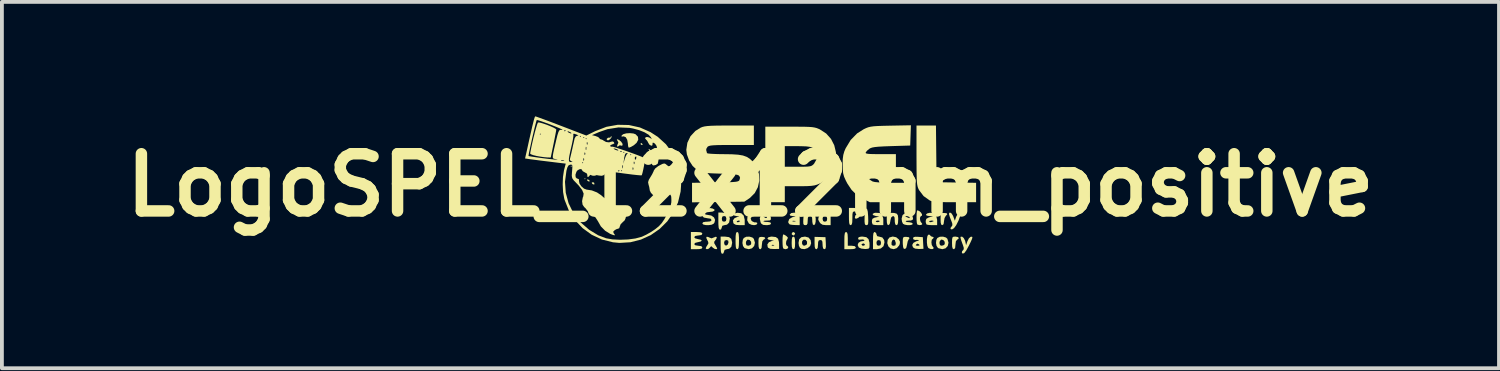
<source format=kicad_pcb>
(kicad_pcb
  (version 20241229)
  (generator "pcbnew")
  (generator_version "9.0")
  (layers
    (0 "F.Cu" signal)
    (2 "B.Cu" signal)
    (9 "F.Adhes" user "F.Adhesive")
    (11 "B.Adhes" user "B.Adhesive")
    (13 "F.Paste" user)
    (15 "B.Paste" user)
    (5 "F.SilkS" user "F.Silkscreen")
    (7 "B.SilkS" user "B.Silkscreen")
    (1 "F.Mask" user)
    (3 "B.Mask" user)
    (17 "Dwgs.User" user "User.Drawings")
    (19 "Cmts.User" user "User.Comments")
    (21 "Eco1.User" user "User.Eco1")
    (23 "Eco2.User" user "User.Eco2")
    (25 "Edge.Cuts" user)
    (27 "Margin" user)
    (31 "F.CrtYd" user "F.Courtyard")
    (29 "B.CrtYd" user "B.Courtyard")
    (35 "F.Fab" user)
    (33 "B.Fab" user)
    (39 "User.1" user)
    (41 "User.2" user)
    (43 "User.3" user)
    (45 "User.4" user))
  (footprint "LogoSPEL_12x12mm_positive"
    (layer "F.Cu")
    (at 16.621 1.801)
    (property "Reference" "LogoSPEL_12x12mm_positive" (at 0 0 0) (layer "F.SilkS") (effects (font (size 1.5 1.5) (thickness 0.3))))
    (attr board_only exclude_from_pos_files exclude_from_bom)
    (fp_poly (pts (xy -4.684 -0.495) (xy -4.699 -0.48) (xy -4.714 -0.495) (xy -4.699 -0.51)) (stroke (width 0) (type solid)) (fill yes) (layer "F.SilkS"))
    (fp_poly (pts (xy -4.323 -0.165) (xy -4.338 -0.15) (xy -4.353 -0.165) (xy -4.338 -0.18)) (stroke (width 0) (type solid)) (fill yes) (layer "F.SilkS"))
    (fp_poly (pts (xy -4.107 -0.069) (xy -4.097 -0.059) (xy -4.087 -0.019) (xy -4.118 -0.017) (xy -4.14 -0.028) (xy -4.161 -0.058) (xy -4.149 -0.072)) (stroke (width 0) (type solid)) (fill yes) (layer "F.SilkS"))
    (fp_poly (pts (xy -4.224 -0.128) (xy -4.218 -0.12) (xy -4.22 -0.092) (xy -4.23 -0.09) (xy -4.272 -0.112) (xy -4.278 -0.12) (xy -4.277 -0.148) (xy -4.267 -0.15)) (stroke (width 0) (type solid)) (fill yes) (layer "F.SilkS"))
    (fp_poly (pts (xy -2.852 -1.096) (xy -2.824 -1.069) (xy -2.822 -1.064) (xy -2.845 -1.051) (xy -2.852 -1.051) (xy -2.881 -1.074) (xy -2.882 -1.083) (xy -2.864 -1.101)) (stroke (width 0) (type solid)) (fill yes) (layer "F.SilkS"))
    (fp_poly (pts (xy -2.672 -0.856) (xy -2.643 -0.829) (xy -2.642 -0.824) (xy -2.665 -0.811) (xy -2.672 -0.811) (xy -2.701 -0.834) (xy -2.702 -0.842) (xy -2.684 -0.86)) (stroke (width 0) (type solid)) (fill yes) (layer "F.SilkS"))
    (fp_poly (pts (xy 1.166 1.255) (xy 1.171 1.276) (xy 1.147 1.316) (xy 1.126 1.321) (xy 1.086 1.297) (xy 1.081 1.276) (xy 1.105 1.236) (xy 1.126 1.231)) (stroke (width 0) (type solid)) (fill yes) (layer "F.SilkS"))
    (fp_poly (pts (xy -3.644 -1.282) (xy -3.643 -1.247) (xy -3.676 -1.204) (xy -3.722 -1.174) (xy -3.741 -1.171) (xy -3.768 -1.192) (xy -3.765 -1.214) (xy -3.728 -1.243) (xy -3.705 -1.241) (xy -3.669 -1.246) (xy -3.663 -1.263) (xy -3.652 -1.286)) (stroke (width 0) (type solid)) (fill yes) (layer "F.SilkS"))
    (fp_poly (pts (xy 1.153 1.366) (xy 1.167 1.418) (xy 1.171 1.516) (xy 1.167 1.616) (xy 1.153 1.667) (xy 1.126 1.681) (xy 1.099 1.666) (xy 1.085 1.614) (xy 1.081 1.516) (xy 1.085 1.417) (xy 1.099 1.365) (xy 1.126 1.351)) (stroke (width 0) (type solid)) (fill yes) (layer "F.SilkS"))
    (fp_poly (pts (xy -3.444 -1.182) (xy -3.392 -1.14) (xy -3.356 -1.088) (xy -3.35 -1.046) (xy -3.372 -1.029) (xy -3.398 -1.039) (xy -3.439 -1.037) (xy -3.451 -1.024) (xy -3.481 -1.005) (xy -3.492 -1.01) (xy -3.493 -1.047) (xy -3.479 -1.071) (xy -3.462 -1.119) (xy -3.483 -1.156) (xy -3.503 -1.193) (xy -3.486 -1.201)) (stroke (width 0) (type solid)) (fill yes) (layer "F.SilkS"))
    (fp_poly (pts (xy -0.322 1.243) (xy -0.308 1.285) (xy -0.301 1.37) (xy -0.3 1.456) (xy -0.303 1.575) (xy -0.311 1.645) (xy -0.328 1.676) (xy -0.345 1.681) (xy -0.369 1.67) (xy -0.383 1.627) (xy -0.389 1.543) (xy -0.39 1.456) (xy -0.388 1.337) (xy -0.379 1.268) (xy -0.363 1.236) (xy -0.345 1.231)) (stroke (width 0) (type solid)) (fill yes) (layer "F.SilkS"))
    (fp_poly (pts (xy 0.367 1.367) (xy 0.39 1.392) (xy 0.362 1.423) (xy 0.345 1.43) (xy 0.311 1.475) (xy 0.3 1.564) (xy 0.292 1.647) (xy 0.267 1.68) (xy 0.255 1.681) (xy 0.228 1.666) (xy 0.214 1.613) (xy 0.21 1.521) (xy 0.212 1.428) (xy 0.223 1.38) (xy 0.251 1.362) (xy 0.3 1.358)) (stroke (width 0) (type solid)) (fill yes) (layer "F.SilkS"))
    (fp_poly (pts (xy 4.154 1.367) (xy 4.17 1.393) (xy 4.145 1.428) (xy 4.123 1.475) (xy 4.107 1.552) (xy 4.106 1.559) (xy 4.086 1.641) (xy 4.052 1.677) (xy 4.014 1.662) (xy 4.002 1.622) (xy 3.994 1.544) (xy 3.993 1.498) (xy 3.995 1.412) (xy 4.008 1.37) (xy 4.042 1.358) (xy 4.083 1.358)) (stroke (width 0) (type solid)) (fill yes) (layer "F.SilkS"))
    (fp_poly (pts (xy 5.145 0.739) (xy 5.16 0.765) (xy 5.119 0.811) (xy 5.088 0.865) (xy 5.074 0.945) (xy 5.074 0.949) (xy 5.063 1.026) (xy 5.03 1.051) (xy 5.029 1.051) (xy 5.001 1.036) (xy 4.987 0.982) (xy 4.984 0.891) (xy 4.986 0.798) (xy 4.996 0.751) (xy 5.024 0.733) (xy 5.074 0.731)) (stroke (width 0) (type solid)) (fill yes) (layer "F.SilkS"))
    (fp_poly (pts (xy 5.441 1.363) (xy 5.464 1.391) (xy 5.437 1.422) (xy 5.419 1.43) (xy 5.385 1.475) (xy 5.374 1.564) (xy 5.366 1.647) (xy 5.341 1.68) (xy 5.329 1.681) (xy 5.302 1.666) (xy 5.288 1.614) (xy 5.284 1.516) (xy 5.286 1.422) (xy 5.296 1.373) (xy 5.322 1.354) (xy 5.373 1.351) (xy 5.374 1.351)) (stroke (width 0) (type solid)) (fill yes) (layer "F.SilkS"))
    (fp_poly (pts (xy 2.533 1.245) (xy 2.547 1.294) (xy 2.552 1.389) (xy 2.552 1.411) (xy 2.552 1.591) (xy 2.657 1.591) (xy 2.735 1.601) (xy 2.762 1.632) (xy 2.762 1.636) (xy 2.746 1.665) (xy 2.69 1.678) (xy 2.612 1.681) (xy 2.462 1.681) (xy 2.462 1.456) (xy 2.464 1.337) (xy 2.473 1.268) (xy 2.49 1.236) (xy 2.507 1.231)) (stroke (width 0) (type solid)) (fill yes) (layer "F.SilkS"))
    (fp_poly (pts (xy 3.06 0.635) (xy 3.076 0.698) (xy 3.085 0.812) (xy 3.086 0.833) (xy 3.089 0.946) (xy 3.085 1.012) (xy 3.071 1.043) (xy 3.045 1.051) (xy 3.041 1.051) (xy 3.013 1.044) (xy 2.998 1.015) (xy 2.991 0.951) (xy 2.992 0.841) (xy 2.992 0.833) (xy 2.998 0.712) (xy 3.01 0.642) (xy 3.031 0.616) (xy 3.037 0.615)) (stroke (width 0) (type solid)) (fill yes) (layer "F.SilkS"))
    (fp_poly (pts (xy -3.068 -1.352) (xy -3.01 -1.331) (xy -2.949 -1.267) (xy -2.941 -1.188) (xy -2.985 -1.106) (xy -3.059 -1.042) (xy -3.132 -1) (xy -3.182 -0.981) (xy -3.194 -0.983) (xy -3.207 -1.023) (xy -3.213 -1.093) (xy -3.23 -1.188) (xy -3.269 -1.254) (xy -3.323 -1.277) (xy -3.344 -1.273) (xy -3.379 -1.27) (xy -3.376 -1.3) (xy -3.335 -1.333) (xy -3.256 -1.355) (xy -3.16 -1.361)) (stroke (width 0) (type solid)) (fill yes) (layer "F.SilkS"))
    (fp_poly (pts (xy 0.902 1.309) (xy 0.944 1.337) (xy 0.982 1.378) (xy 0.97 1.414) (xy 0.967 1.417) (xy 0.94 1.467) (xy 0.932 1.529) (xy 0.942 1.578) (xy 0.961 1.591) (xy 0.987 1.616) (xy 0.991 1.636) (xy 0.967 1.67) (xy 0.915 1.682) (xy 0.865 1.665) (xy 0.861 1.661) (xy 0.849 1.623) (xy 0.843 1.549) (xy 0.841 1.46) (xy 0.844 1.374) (xy 0.852 1.312) (xy 0.863 1.292)) (stroke (width 0) (type solid)) (fill yes) (layer "F.SilkS"))
    (fp_poly (pts (xy 4.425 0.68) (xy 4.469 0.72) (xy 4.497 0.766) (xy 4.497 0.801) (xy 4.474 0.811) (xy 4.451 0.836) (xy 4.443 0.884) (xy 4.455 0.947) (xy 4.474 0.976) (xy 4.502 1.014) (xy 4.504 1.023) (xy 4.48 1.045) (xy 4.428 1.05) (xy 4.38 1.036) (xy 4.373 1.031) (xy 4.362 0.993) (xy 4.355 0.919) (xy 4.354 0.829) (xy 4.357 0.744) (xy 4.365 0.682) (xy 4.376 0.661)) (stroke (width 0) (type solid)) (fill yes) (layer "F.SilkS"))
    (fp_poly (pts (xy 0.157 0.732) (xy 0.18 0.766) (xy 0.154 0.802) (xy 0.104 0.811) (xy 0.035 0.83) (xy 0.006 0.876) (xy 0.025 0.931) (xy 0.047 0.951) (xy 0.106 0.978) (xy 0.142 0.977) (xy 0.175 0.987) (xy 0.18 1.007) (xy 0.156 1.039) (xy 0.097 1.051) (xy 0.026 1.041) (xy -0.035 1.011) (xy -0.043 1.004) (xy -0.085 0.924) (xy -0.078 0.835) (xy -0.035 0.77) (xy 0.028 0.734) (xy 0.099 0.721)) (stroke (width 0) (type solid)) (fill yes) (layer "F.SilkS"))
    (fp_poly (pts (xy 1.824 1.362) (xy 1.967 1.366) (xy 1.976 1.524) (xy 1.978 1.618) (xy 1.967 1.667) (xy 1.942 1.681) (xy 1.938 1.681) (xy 1.906 1.663) (xy 1.893 1.602) (xy 1.891 1.561) (xy 1.886 1.483) (xy 1.866 1.448) (xy 1.831 1.441) (xy 1.792 1.451) (xy 1.775 1.492) (xy 1.771 1.561) (xy 1.764 1.645) (xy 1.739 1.679) (xy 1.726 1.681) (xy 1.699 1.666) (xy 1.685 1.614) (xy 1.681 1.519) (xy 1.681 1.358)) (stroke (width 0) (type solid)) (fill yes) (layer "F.SilkS"))
    (fp_poly (pts (xy 4.707 1.316) (xy 4.743 1.348) (xy 4.761 1.351) (xy 4.8 1.368) (xy 4.804 1.381) (xy 4.781 1.41) (xy 4.774 1.411) (xy 4.753 1.437) (xy 4.744 1.499) (xy 4.753 1.569) (xy 4.774 1.606) (xy 4.803 1.645) (xy 4.804 1.653) (xy 4.781 1.677) (xy 4.729 1.678) (xy 4.674 1.657) (xy 4.66 1.645) (xy 4.637 1.593) (xy 4.626 1.51) (xy 4.626 1.418) (xy 4.638 1.341) (xy 4.659 1.302) (xy 4.698 1.302)) (stroke (width 0) (type solid)) (fill yes) (layer "F.SilkS"))
    (fp_poly (pts (xy 5.515 0.743) (xy 5.508 0.785) (xy 5.453 0.934) (xy 5.394 1.051) (xy 5.336 1.13) (xy 5.282 1.164) (xy 5.246 1.152) (xy 5.248 1.119) (xy 5.269 1.092) (xy 5.294 1.053) (xy 5.289 1.001) (xy 5.271 0.953) (xy 5.226 0.837) (xy 5.206 0.766) (xy 5.209 0.731) (xy 5.234 0.721) (xy 5.235 0.721) (xy 5.274 0.746) (xy 5.312 0.81) (xy 5.319 0.828) (xy 5.358 0.935) (xy 5.391 0.835) (xy 5.424 0.771) (xy 5.464 0.73) (xy 5.499 0.719)) (stroke (width 0) (type solid)) (fill yes) (layer "F.SilkS"))
    (fp_poly (pts (xy 1.524 1.375) (xy 1.578 1.443) (xy 1.591 1.525) (xy 1.565 1.599) (xy 1.5 1.653) (xy 1.417 1.68) (xy 1.336 1.671) (xy 1.297 1.645) (xy 1.271 1.591) (xy 1.262 1.526) (xy 1.351 1.526) (xy 1.372 1.575) (xy 1.408 1.591) (xy 1.465 1.569) (xy 1.483 1.542) (xy 1.484 1.482) (xy 1.449 1.437) (xy 1.396 1.43) (xy 1.394 1.431) (xy 1.357 1.469) (xy 1.351 1.526) (xy 1.262 1.526) (xy 1.261 1.516) (xy 1.278 1.42) (xy 1.334 1.367) (xy 1.431 1.351)) (stroke (width 0) (type solid)) (fill yes) (layer "F.SilkS"))
    (fp_poly (pts (xy 3.821 1.368) (xy 3.89 1.425) (xy 3.92 1.487) (xy 3.914 1.545) (xy 3.898 1.582) (xy 3.837 1.653) (xy 3.756 1.681) (xy 3.673 1.662) (xy 3.617 1.609) (xy 3.587 1.523) (xy 3.589 1.509) (xy 3.698 1.509) (xy 3.7 1.569) (xy 3.733 1.59) (xy 3.753 1.591) (xy 3.799 1.58) (xy 3.81 1.535) (xy 3.807 1.509) (xy 3.786 1.445) (xy 3.753 1.426) (xy 3.715 1.453) (xy 3.698 1.509) (xy 3.589 1.509) (xy 3.598 1.435) (xy 3.644 1.374) (xy 3.73 1.349)) (stroke (width 0) (type solid)) (fill yes) (layer "F.SilkS"))
    (fp_poly (pts (xy 0.052 1.375) (xy 0.089 1.409) (xy 0.118 1.511) (xy 0.098 1.597) (xy 0.041 1.658) (xy -0.043 1.681) (xy -0.142 1.657) (xy -0.158 1.649) (xy -0.195 1.597) (xy -0.21 1.519) (xy -0.12 1.519) (xy -0.105 1.576) (xy -0.059 1.591) (xy -0.001 1.572) (xy 0.019 1.546) (xy 0.018 1.487) (xy -0.019 1.441) (xy -0.07 1.429) (xy -0.077 1.431) (xy -0.111 1.471) (xy -0.12 1.519) (xy -0.21 1.519) (xy -0.21 1.517) (xy -0.2 1.435) (xy -0.174 1.387) (xy -0.109 1.355) (xy -0.025 1.352)) (stroke (width 0) (type solid)) (fill yes) (layer "F.SilkS"))
    (fp_poly (pts (xy 1.601 0.734) (xy 1.664 0.75) (xy 1.672 0.756) (xy 1.699 0.804) (xy 1.711 0.879) (xy 1.71 0.959) (xy 1.695 1.023) (xy 1.667 1.051) (xy 1.666 1.051) (xy 1.635 1.031) (xy 1.622 0.965) (xy 1.621 0.931) (xy 1.616 0.852) (xy 1.596 0.817) (xy 1.561 0.811) (xy 1.522 0.821) (xy 1.505 0.861) (xy 1.501 0.931) (xy 1.496 1.009) (xy 1.476 1.044) (xy 1.44 1.051) (xy 1.404 1.045) (xy 1.387 1.016) (xy 1.384 0.951) (xy 1.387 0.894) (xy 1.396 0.738) (xy 1.515 0.731)) (stroke (width 0) (type solid)) (fill yes) (layer "F.SilkS"))
    (fp_poly (pts (xy 3.294 1.256) (xy 3.303 1.291) (xy 3.322 1.339) (xy 3.372 1.351) (xy 3.458 1.374) (xy 3.505 1.442) (xy 3.513 1.505) (xy 3.488 1.602) (xy 3.418 1.662) (xy 3.315 1.681) (xy 3.213 1.681) (xy 3.213 1.516) (xy 3.303 1.516) (xy 3.317 1.575) (xy 3.363 1.591) (xy 3.41 1.574) (xy 3.423 1.516) (xy 3.409 1.457) (xy 3.363 1.441) (xy 3.316 1.459) (xy 3.303 1.516) (xy 3.213 1.516) (xy 3.213 1.456) (xy 3.215 1.337) (xy 3.223 1.268) (xy 3.24 1.236) (xy 3.258 1.231)) (stroke (width 0) (type solid)) (fill yes) (layer "F.SilkS"))
    (fp_poly (pts (xy 3.768 0.731) (xy 3.833 0.749) (xy 3.864 0.791) (xy 3.873 0.866) (xy 3.873 0.901) (xy 3.868 0.995) (xy 3.851 1.041) (xy 3.828 1.051) (xy 3.797 1.031) (xy 3.784 0.967) (xy 3.783 0.929) (xy 3.778 0.85) (xy 3.76 0.818) (xy 3.73 0.816) (xy 3.689 0.848) (xy 3.669 0.929) (xy 3.669 0.938) (xy 3.651 1.022) (xy 3.616 1.051) (xy 3.616 1.051) (xy 3.589 1.034) (xy 3.576 0.976) (xy 3.573 0.889) (xy 3.575 0.796) (xy 3.585 0.747) (xy 3.612 0.73) (xy 3.655 0.727)) (stroke (width 0) (type solid)) (fill yes) (layer "F.SilkS"))
    (fp_poly (pts (xy 4.871 -0.818) (xy 4.879 -0.075) (xy 5.397 -0.067) (xy 5.915 -0.059) (xy 5.915 0.196) (xy 5.915 0.45) (xy 5.352 0.45) (xy 5.142 0.449) (xy 4.983 0.446) (xy 4.867 0.439) (xy 4.784 0.429) (xy 4.727 0.415) (xy 4.699 0.403) (xy 4.538 0.288) (xy 4.42 0.132) (xy 4.411 0.114) (xy 4.393 0.075) (xy 4.38 0.03) (xy 4.369 -0.028) (xy 4.362 -0.109) (xy 4.358 -0.218) (xy 4.355 -0.366) (xy 4.354 -0.558) (xy 4.353 -0.779) (xy 4.353 -1.561) (xy 4.608 -1.561) (xy 4.863 -1.561)) (stroke (width 0) (type solid)) (fill yes) (layer "F.SilkS"))
    (fp_poly (pts (xy 5.126 1.375) (xy 5.163 1.409) (xy 5.192 1.511) (xy 5.172 1.597) (xy 5.115 1.658) (xy 5.031 1.681) (xy 4.932 1.657) (xy 4.916 1.649) (xy 4.879 1.597) (xy 4.864 1.519) (xy 4.954 1.519) (xy 4.969 1.576) (xy 5.015 1.591) (xy 5.073 1.572) (xy 5.093 1.546) (xy 5.092 1.487) (xy 5.055 1.441) (xy 5.004 1.429) (xy 4.997 1.431) (xy 4.963 1.471) (xy 4.954 1.519) (xy 4.864 1.519) (xy 4.864 1.517) (xy 4.874 1.435) (xy 4.9 1.387) (xy 4.965 1.355) (xy 5.049 1.352)) (stroke (width 0) (type solid)) (fill yes) (layer "F.SilkS"))
    (fp_poly (pts (xy 5.591 1.388) (xy 5.626 1.457) (xy 5.631 1.477) (xy 5.653 1.576) (xy 5.689 1.471) (xy 5.725 1.399) (xy 5.768 1.359) (xy 5.775 1.356) (xy 5.807 1.354) (xy 5.819 1.37) (xy 5.808 1.413) (xy 5.773 1.493) (xy 5.725 1.59) (xy 5.658 1.713) (xy 5.606 1.782) (xy 5.566 1.797) (xy 5.542 1.776) (xy 5.547 1.737) (xy 5.568 1.712) (xy 5.591 1.684) (xy 5.591 1.641) (xy 5.568 1.568) (xy 5.552 1.525) (xy 5.521 1.438) (xy 5.506 1.377) (xy 5.507 1.358) (xy 5.547 1.351)) (stroke (width 0) (type solid)) (fill yes) (layer "F.SilkS"))
    (fp_poly (pts (xy -0.633 0.736) (xy -0.565 0.786) (xy -0.541 0.871) (xy -0.54 0.881) (xy -0.559 0.983) (xy -0.614 1.038) (xy -0.682 1.051) (xy -0.737 1.068) (xy -0.751 1.111) (xy -0.769 1.16) (xy -0.796 1.171) (xy -0.819 1.159) (xy -0.833 1.117) (xy -0.84 1.032) (xy -0.841 0.946) (xy -0.841 0.886) (xy -0.751 0.886) (xy -0.737 0.945) (xy -0.691 0.961) (xy -0.643 0.943) (xy -0.63 0.886) (xy -0.645 0.827) (xy -0.691 0.811) (xy -0.738 0.828) (xy -0.751 0.886) (xy -0.841 0.886) (xy -0.841 0.721) (xy -0.749 0.721)) (stroke (width 0) (type solid)) (fill yes) (layer "F.SilkS"))
    (fp_poly (pts (xy 2.08 0.612) (xy 2.094 0.655) (xy 2.101 0.739) (xy 2.102 0.826) (xy 2.102 1.051) (xy 1.982 1.051) (xy 1.893 1.041) (xy 1.837 1.006) (xy 1.811 0.972) (xy 1.778 0.91) (xy 1.78 0.886) (xy 1.891 0.886) (xy 1.906 0.945) (xy 1.952 0.961) (xy 1.999 0.943) (xy 2.012 0.886) (xy 1.998 0.827) (xy 1.952 0.811) (xy 1.904 0.828) (xy 1.891 0.886) (xy 1.78 0.886) (xy 1.782 0.859) (xy 1.804 0.815) (xy 1.872 0.746) (xy 1.93 0.726) (xy 1.995 0.703) (xy 2.012 0.659) (xy 2.031 0.611) (xy 2.057 0.6)) (stroke (width 0) (type solid)) (fill yes) (layer "F.SilkS"))
    (fp_poly (pts (xy -0.561 1.365) (xy -0.502 1.411) (xy -0.481 1.498) (xy -0.48 1.516) (xy -0.5 1.616) (xy -0.558 1.67) (xy -0.621 1.681) (xy -0.677 1.698) (xy -0.691 1.741) (xy -0.709 1.79) (xy -0.736 1.801) (xy -0.759 1.79) (xy -0.773 1.747) (xy -0.78 1.663) (xy -0.781 1.576) (xy -0.781 1.518) (xy -0.691 1.518) (xy -0.673 1.574) (xy -0.635 1.587) (xy -0.595 1.56) (xy -0.576 1.508) (xy -0.582 1.456) (xy -0.628 1.441) (xy -0.628 1.441) (xy -0.676 1.457) (xy -0.691 1.515) (xy -0.691 1.518) (xy -0.781 1.518) (xy -0.781 1.351) (xy -0.667 1.351)) (stroke (width 0) (type solid)) (fill yes) (layer "F.SilkS"))
    (fp_poly (pts (xy 0.666 1.363) (xy 0.724 1.407) (xy 0.748 1.493) (xy 0.751 1.548) (xy 0.751 1.674) (xy 0.616 1.676) (xy 0.521 1.671) (xy 0.468 1.646) (xy 0.452 1.624) (xy 0.447 1.584) (xy 0.553 1.584) (xy 0.583 1.589) (xy 0.622 1.583) (xy 0.622 1.573) (xy 0.582 1.566) (xy 0.565 1.571) (xy 0.553 1.584) (xy 0.447 1.584) (xy 0.443 1.556) (xy 0.485 1.497) (xy 0.568 1.463) (xy 0.57 1.462) (xy 0.612 1.453) (xy 0.598 1.448) (xy 0.548 1.445) (xy 0.471 1.43) (xy 0.445 1.4) (xy 0.468 1.37) (xy 0.538 1.352) (xy 0.564 1.351)) (stroke (width 0) (type solid)) (fill yes) (layer "F.SilkS"))
    (fp_poly (pts (xy 2.811 0.611) (xy 2.875 0.638) (xy 2.881 0.644) (xy 2.909 0.718) (xy 2.889 0.797) (xy 2.829 0.858) (xy 2.822 0.862) (xy 2.767 0.884) (xy 2.743 0.87) (xy 2.737 0.85) (xy 2.75 0.796) (xy 2.774 0.775) (xy 2.818 0.734) (xy 2.806 0.702) (xy 2.747 0.691) (xy 2.706 0.694) (xy 2.683 0.715) (xy 2.674 0.767) (xy 2.672 0.864) (xy 2.672 0.871) (xy 2.669 0.975) (xy 2.656 1.031) (xy 2.632 1.05) (xy 2.627 1.051) (xy 2.603 1.039) (xy 2.589 0.996) (xy 2.583 0.912) (xy 2.582 0.826) (xy 2.582 0.6) (xy 2.713 0.6)) (stroke (width 0) (type solid)) (fill yes) (layer "F.SilkS"))
    (fp_poly (pts (xy 4.391 1.357) (xy 4.519 1.366) (xy 4.527 1.519) (xy 4.536 1.671) (xy 4.418 1.676) (xy 4.315 1.666) (xy 4.261 1.633) (xy 4.244 1.582) (xy 4.333 1.582) (xy 4.369 1.591) (xy 4.383 1.591) (xy 4.431 1.585) (xy 4.426 1.563) (xy 4.419 1.555) (xy 4.379 1.535) (xy 4.347 1.555) (xy 4.333 1.582) (xy 4.244 1.582) (xy 4.24 1.572) (xy 4.271 1.515) (xy 4.347 1.474) (xy 4.372 1.467) (xy 4.416 1.452) (xy 4.408 1.44) (xy 4.357 1.437) (xy 4.316 1.44) (xy 4.271 1.422) (xy 4.263 1.396) (xy 4.276 1.366) (xy 4.323 1.355)) (stroke (width 0) (type solid)) (fill yes) (layer "F.SilkS"))
    (fp_poly (pts (xy -1.093 1.367) (xy -1.079 1.375) (xy -1.018 1.397) (xy -0.962 1.375) (xy -0.903 1.353) (xy -0.88 1.373) (xy -0.901 1.423) (xy -0.915 1.44) (xy -0.95 1.487) (xy -0.947 1.528) (xy -0.92 1.574) (xy -0.885 1.633) (xy -0.871 1.665) (xy -0.892 1.682) (xy -0.938 1.673) (xy -0.985 1.642) (xy -0.992 1.634) (xy -1.026 1.603) (xy -1.05 1.621) (xy -1.058 1.634) (xy -1.095 1.669) (xy -1.141 1.682) (xy -1.17 1.666) (xy -1.171 1.657) (xy -1.155 1.616) (xy -1.128 1.574) (xy -1.101 1.524) (xy -1.113 1.475) (xy -1.13 1.446) (xy -1.159 1.382) (xy -1.145 1.353)) (stroke (width 0) (type solid)) (fill yes) (layer "F.SilkS"))
    (fp_poly (pts (xy -0.24 0.739) (xy -0.177 0.8) (xy -0.151 0.907) (xy -0.15 0.933) (xy -0.15 1.051) (xy -0.284 1.051) (xy -0.38 1.043) (xy -0.434 1.015) (xy -0.448 0.995) (xy -0.453 0.96) (xy -0.36 0.96) (xy -0.338 0.976) (xy -0.315 0.972) (xy -0.276 0.95) (xy -0.27 0.943) (xy -0.295 0.932) (xy -0.315 0.931) (xy -0.355 0.946) (xy -0.36 0.96) (xy -0.453 0.96) (xy -0.458 0.925) (xy -0.416 0.867) (xy -0.333 0.832) (xy -0.33 0.832) (xy -0.291 0.823) (xy -0.305 0.818) (xy -0.355 0.815) (xy -0.425 0.8) (xy -0.443 0.772) (xy -0.411 0.743) (xy -0.339 0.726)) (stroke (width 0) (type solid)) (fill yes) (layer "F.SilkS"))
    (fp_poly (pts (xy 1.218 0.733) (xy 1.262 0.751) (xy 1.284 0.788) (xy 1.291 0.86) (xy 1.291 0.901) (xy 1.291 1.051) (xy 1.178 1.048) (xy 1.094 1.043) (xy 1.034 1.033) (xy 1.028 1.031) (xy 0.996 0.992) (xy 0.991 0.962) (xy 0.995 0.952) (xy 1.1 0.952) (xy 1.141 0.956) (xy 1.184 0.951) (xy 1.178 0.941) (xy 1.117 0.937) (xy 1.103 0.941) (xy 1.1 0.952) (xy 0.995 0.952) (xy 1.018 0.89) (xy 1.098 0.843) (xy 1.141 0.833) (xy 1.181 0.823) (xy 1.168 0.818) (xy 1.116 0.815) (xy 1.044 0.802) (xy 1.028 0.773) (xy 1.07 0.734) (xy 1.151 0.723)) (stroke (width 0) (type solid)) (fill yes) (layer "F.SilkS"))
    (fp_poly (pts (xy 3.386 0.732) (xy 3.452 0.779) (xy 3.481 0.873) (xy 3.483 0.917) (xy 3.483 1.051) (xy 3.353 1.051) (xy 3.268 1.047) (xy 3.212 1.036) (xy 3.203 1.031) (xy 3.187 0.988) (xy 3.184 0.959) (xy 3.287 0.959) (xy 3.321 0.973) (xy 3.368 0.965) (xy 3.393 0.943) (xy 3.393 0.943) (xy 3.367 0.933) (xy 3.331 0.931) (xy 3.289 0.942) (xy 3.287 0.959) (xy 3.184 0.959) (xy 3.183 0.94) (xy 3.196 0.886) (xy 3.248 0.856) (xy 3.28 0.849) (xy 3.378 0.828) (xy 3.288 0.812) (xy 3.217 0.788) (xy 3.201 0.758) (xy 3.24 0.733) (xy 3.279 0.726)) (stroke (width 0) (type solid)) (fill yes) (layer "F.SilkS"))
    (fp_poly (pts (xy 4.803 0.739) (xy 4.867 0.8) (xy 4.893 0.907) (xy 4.894 0.933) (xy 4.894 1.051) (xy 4.764 1.051) (xy 4.679 1.047) (xy 4.623 1.036) (xy 4.614 1.031) (xy 4.598 0.988) (xy 4.595 0.958) (xy 4.684 0.958) (xy 4.708 0.973) (xy 4.744 0.969) (xy 4.792 0.952) (xy 4.804 0.942) (xy 4.779 0.933) (xy 4.744 0.931) (xy 4.695 0.942) (xy 4.684 0.958) (xy 4.595 0.958) (xy 4.594 0.942) (xy 4.61 0.886) (xy 4.67 0.851) (xy 4.691 0.844) (xy 4.789 0.816) (xy 4.689 0.813) (xy 4.619 0.8) (xy 4.601 0.773) (xy 4.632 0.744) (xy 4.705 0.726)) (stroke (width 0) (type solid)) (fill yes) (layer "F.SilkS"))
    (fp_poly (pts (xy -1.317 1.236) (xy -1.271 1.252) (xy -1.261 1.276) (xy -1.284 1.309) (xy -1.357 1.321) (xy -1.366 1.321) (xy -1.445 1.334) (xy -1.474 1.364) (xy -1.45 1.396) (xy -1.374 1.417) (xy -1.374 1.417) (xy -1.307 1.431) (xy -1.276 1.454) (xy -1.276 1.456) (xy -1.302 1.479) (xy -1.366 1.495) (xy -1.374 1.496) (xy -1.45 1.516) (xy -1.474 1.548) (xy -1.446 1.578) (xy -1.366 1.591) (xy -1.366 1.591) (xy -1.288 1.601) (xy -1.261 1.632) (xy -1.261 1.636) (xy -1.277 1.665) (xy -1.333 1.678) (xy -1.411 1.681) (xy -1.561 1.681) (xy -1.561 1.456) (xy -1.561 1.231) (xy -1.411 1.231)) (stroke (width 0) (type solid)) (fill yes) (layer "F.SilkS"))
    (fp_poly (pts (xy -5.523 -1.638) (xy -5.444 -1.616) (xy -5.346 -1.583) (xy -5.246 -1.543) (xy -5.159 -1.504) (xy -5.102 -1.471) (xy -5.089 -1.455) (xy -5.095 -1.416) (xy -5.111 -1.331) (xy -5.134 -1.212) (xy -5.162 -1.073) (xy -5.235 -0.721) (xy -5.327 -0.724) (xy -5.408 -0.731) (xy -5.519 -0.747) (xy -5.599 -0.761) (xy -5.693 -0.784) (xy -5.756 -0.808) (xy -5.775 -0.826) (xy -5.752 -0.946) (xy -5.723 -1.085) (xy -5.689 -1.231) (xy -5.662 -1.336) (xy -5.524 -1.336) (xy -5.509 -1.321) (xy -5.494 -1.336) (xy -5.509 -1.351) (xy -5.524 -1.336) (xy -5.662 -1.336) (xy -5.654 -1.371) (xy -5.62 -1.493) (xy -5.592 -1.586) (xy -5.572 -1.636) (xy -5.567 -1.641)) (stroke (width 0) (type solid)) (fill yes) (layer "F.SilkS"))
    (fp_poly (pts (xy 0.51 0.778) (xy 0.535 0.851) (xy 0.536 0.903) (xy 0.51 0.926) (xy 0.442 0.931) (xy 0.432 0.931) (xy 0.366 0.935) (xy 0.338 0.946) (xy 0.34 0.95) (xy 0.381 0.964) (xy 0.45 0.967) (xy 0.521 0.978) (xy 0.54 1.008) (xy 0.518 1.038) (xy 0.446 1.05) (xy 0.42 1.051) (xy 0.335 1.044) (xy 0.288 1.015) (xy 0.266 0.978) (xy 0.245 0.88) (xy 0.262 0.816) (xy 0.34 0.816) (xy 0.349 0.833) (xy 0.36 0.841) (xy 0.403 0.866) (xy 0.423 0.86) (xy 0.435 0.841) (xy 0.425 0.818) (xy 0.385 0.811) (xy 0.34 0.816) (xy 0.262 0.816) (xy 0.268 0.794) (xy 0.329 0.739) (xy 0.35 0.732) (xy 0.446 0.73)) (stroke (width 0) (type solid)) (fill yes) (layer "F.SilkS"))
    (fp_poly (pts (xy 4.19 0.746) (xy 4.244 0.807) (xy 4.263 0.873) (xy 4.251 0.912) (xy 4.205 0.929) (xy 4.153 0.931) (xy 4.083 0.938) (xy 4.067 0.954) (xy 4.104 0.969) (xy 4.164 0.974) (xy 4.228 0.988) (xy 4.256 1.013) (xy 4.24 1.037) (xy 4.186 1.05) (xy 4.113 1.05) (xy 4.044 1.038) (xy 3.999 1.015) (xy 3.974 0.961) (xy 3.963 0.882) (xy 3.963 0.881) (xy 3.98 0.816) (xy 4.059 0.816) (xy 4.07 0.828) (xy 4.098 0.841) (xy 4.149 0.862) (xy 4.166 0.869) (xy 4.173 0.848) (xy 4.173 0.841) (xy 4.148 0.818) (xy 4.106 0.813) (xy 4.059 0.816) (xy 3.98 0.816) (xy 3.988 0.787) (xy 4.056 0.732) (xy 4.124 0.721)) (stroke (width 0) (type solid)) (fill yes) (layer "F.SilkS"))
    (fp_poly (pts (xy -0.992 0.615) (xy -0.942 0.643) (xy -0.945 0.673) (xy -0.994 0.696) (xy -1.065 0.704) (xy -1.143 0.714) (xy -1.189 0.737) (xy -1.193 0.743) (xy -1.179 0.772) (xy -1.126 0.781) (xy -1.026 0.799) (xy -0.956 0.848) (xy -0.926 0.914) (xy -0.944 0.986) (xy -0.967 1.015) (xy -1.019 1.04) (xy -1.096 1.051) (xy -1.176 1.049) (xy -1.238 1.033) (xy -1.261 1.006) (xy -1.241 0.974) (xy -1.175 0.962) (xy -1.141 0.961) (xy -1.057 0.953) (xy -1.023 0.929) (xy -1.021 0.916) (xy -1.044 0.882) (xy -1.119 0.871) (xy -1.122 0.871) (xy -1.221 0.852) (xy -1.276 0.797) (xy -1.28 0.713) (xy -1.279 0.707) (xy -1.236 0.649) (xy -1.156 0.612) (xy -1.056 0.603)) (stroke (width 0) (type solid)) (fill yes) (layer "F.SilkS"))
    (fp_poly (pts (xy 3.038 1.366) (xy 3.095 1.416) (xy 3.12 1.51) (xy 3.122 1.571) (xy 3.119 1.637) (xy 3.096 1.667) (xy 3.036 1.675) (xy 3.003 1.676) (xy 2.909 1.666) (xy 2.842 1.637) (xy 2.838 1.632) (xy 2.811 1.573) (xy 2.815 1.561) (xy 2.912 1.561) (xy 2.937 1.588) (xy 2.957 1.591) (xy 2.997 1.575) (xy 3.002 1.561) (xy 2.978 1.535) (xy 2.957 1.531) (xy 2.917 1.547) (xy 2.912 1.561) (xy 2.815 1.561) (xy 2.831 1.515) (xy 2.889 1.477) (xy 2.93 1.471) (xy 2.981 1.461) (xy 2.987 1.441) (xy 2.948 1.425) (xy 2.895 1.429) (xy 2.839 1.433) (xy 2.822 1.402) (xy 2.822 1.399) (xy 2.839 1.366) (xy 2.897 1.352) (xy 2.941 1.351)) (stroke (width 0) (type solid)) (fill yes) (layer "F.SilkS"))
    (fp_poly (pts (xy 1.028 -1.531) (xy 1.241 -1.53) (xy 1.404 -1.529) (xy 1.525 -1.525) (xy 1.615 -1.519) (xy 1.683 -1.508) (xy 1.737 -1.494) (xy 1.789 -1.473) (xy 1.818 -1.46) (xy 1.985 -1.352) (xy 2.112 -1.21) (xy 2.197 -1.043) (xy 2.241 -0.861) (xy 2.245 -0.673) (xy 2.208 -0.489) (xy 2.13 -0.319) (xy 2.011 -0.172) (xy 1.851 -0.058) (xy 1.819 -0.041) (xy 1.747 -0.011) (xy 1.678 0.009) (xy 1.595 0.021) (xy 1.485 0.028) (xy 1.333 0.03) (xy 1.284 0.03) (xy 0.901 0.03) (xy 0.901 0.24) (xy 0.901 0.45) (xy 0.646 0.45) (xy 0.39 0.45) (xy 0.39 -0.54) (xy 0.39 -0.751) (xy 0.901 -0.751) (xy 0.901 -0.48) (xy 1.247 -0.48) (xy 1.397 -0.481) (xy 1.499 -0.484) (xy 1.566 -0.493) (xy 1.61 -0.509) (xy 1.644 -0.535) (xy 1.668 -0.56) (xy 1.729 -0.667) (xy 1.737 -0.788) (xy 1.706 -0.88) (xy 1.67 -0.938) (xy 1.625 -0.977) (xy 1.56 -1.001) (xy 1.463 -1.014) (xy 1.324 -1.019) (xy 1.238 -1.02) (xy 0.901 -1.021) (xy 0.901 -0.751) (xy 0.39 -0.751) (xy 0.39 -1.531)) (stroke (width 0) (type solid)) (fill yes) (layer "F.SilkS"))
    (fp_poly (pts (xy 4.197 -1.301) (xy 4.188 -1.036) (xy 3.693 -1.021) (xy 3.501 -1.014) (xy 3.36 -1.006) (xy 3.259 -0.996) (xy 3.189 -0.983) (xy 3.141 -0.965) (xy 3.117 -0.951) (xy 3.056 -0.9) (xy 3.021 -0.854) (xy 3.023 -0.836) (xy 3.049 -0.824) (xy 3.108 -0.816) (xy 3.209 -0.812) (xy 3.359 -0.811) (xy 3.409 -0.811) (xy 3.813 -0.811) (xy 3.813 -0.555) (xy 3.813 -0.3) (xy 3.408 -0.3) (xy 3.26 -0.299) (xy 3.136 -0.294) (xy 3.047 -0.287) (xy 3.005 -0.278) (xy 3.002 -0.275) (xy 3.025 -0.236) (xy 3.081 -0.181) (xy 3.152 -0.125) (xy 3.203 -0.094) (xy 3.262 -0.08) (xy 3.373 -0.069) (xy 3.529 -0.063) (xy 3.723 -0.06) (xy 3.736 -0.06) (xy 4.203 -0.06) (xy 4.203 0.195) (xy 4.203 0.45) (xy 3.668 0.45) (xy 3.132 0.45) (xy 2.948 0.358) (xy 2.785 0.257) (xy 2.653 0.129) (xy 2.54 -0.041) (xy 2.499 -0.12) (xy 2.456 -0.216) (xy 2.431 -0.305) (xy 2.42 -0.411) (xy 2.417 -0.54) (xy 2.42 -0.683) (xy 2.434 -0.789) (xy 2.461 -0.883) (xy 2.496 -0.964) (xy 2.628 -1.182) (xy 2.796 -1.354) (xy 2.968 -1.463) (xy 3.031 -1.493) (xy 3.089 -1.515) (xy 3.153 -1.53) (xy 3.233 -1.541) (xy 3.34 -1.548) (xy 3.485 -1.553) (xy 3.672 -1.557) (xy 4.206 -1.567)) (stroke (width 0) (type solid)) (fill yes) (layer "F.SilkS"))
    (fp_poly (pts (xy 0.09 -1.306) (xy 0.09 -1.051) (xy -0.493 -1.051) (xy -0.699 -1.05) (xy -0.853 -1.048) (xy -0.964 -1.043) (xy -1.039 -1.036) (xy -1.088 -1.024) (xy -1.117 -1.009) (xy -1.125 -1.002) (xy -1.158 -0.946) (xy -1.158 -0.909) (xy -1.142 -0.853) (xy -1.141 -0.838) (xy -1.113 -0.828) (xy -1.034 -0.82) (xy -0.915 -0.814) (xy -0.765 -0.81) (xy -0.698 -0.81) (xy -0.486 -0.807) (xy -0.322 -0.796) (xy -0.197 -0.775) (xy -0.099 -0.74) (xy -0.017 -0.689) (xy 0.058 -0.62) (xy 0.066 -0.612) (xy 0.169 -0.462) (xy 0.224 -0.292) (xy 0.232 -0.116) (xy 0.195 0.056) (xy 0.113 0.211) (xy -0.012 0.336) (xy -0.033 0.351) (xy -0.161 0.435) (xy -0.846 0.444) (xy -1.531 0.453) (xy -1.531 0.197) (xy -1.531 -0.059) (xy -0.926 -0.067) (xy -0.719 -0.07) (xy -0.564 -0.074) (xy -0.452 -0.08) (xy -0.377 -0.087) (xy -0.329 -0.098) (xy -0.302 -0.112) (xy -0.289 -0.128) (xy -0.272 -0.192) (xy -0.289 -0.233) (xy -0.308 -0.253) (xy -0.344 -0.268) (xy -0.406 -0.279) (xy -0.501 -0.288) (xy -0.64 -0.295) (xy -0.801 -0.3) (xy -0.982 -0.306) (xy -1.115 -0.313) (xy -1.209 -0.322) (xy -1.276 -0.334) (xy -1.328 -0.352) (xy -1.374 -0.378) (xy -1.402 -0.396) (xy -1.516 -0.502) (xy -1.608 -0.645) (xy -1.666 -0.804) (xy -1.681 -0.923) (xy -1.653 -1.11) (xy -1.572 -1.279) (xy -1.444 -1.418) (xy -1.306 -1.504) (xy -1.259 -1.523) (xy -1.203 -1.537) (xy -1.131 -1.547) (xy -1.033 -1.554) (xy -0.9 -1.558) (xy -0.723 -1.56) (xy -0.548 -1.561) (xy 0.09 -1.561)) (stroke (width 0) (type solid)) (fill yes) (layer "F.SilkS"))
    (fp_poly (pts (xy -5.606 -1.791) (xy -5.525 -1.762) (xy -5.404 -1.718) (xy -5.251 -1.661) (xy -5.075 -1.594) (xy -4.96 -1.55) (xy -4.302 -1.298) (xy -4.065 -1.415) (xy -3.774 -1.527) (xy -3.479 -1.58) (xy -3.186 -1.574) (xy -2.898 -1.51) (xy -2.621 -1.388) (xy -2.429 -1.264) (xy -2.215 -1.07) (xy -2.043 -0.838) (xy -1.917 -0.578) (xy -1.84 -0.299) (xy -1.817 -0.009) (xy -1.83 0.17) (xy -1.899 0.457) (xy -2.018 0.719) (xy -2.18 0.952) (xy -2.381 1.151) (xy -2.613 1.312) (xy -2.87 1.429) (xy -3.146 1.499) (xy -3.435 1.516) (xy -3.604 1.5) (xy -3.894 1.427) (xy -4.161 1.302) (xy -4.398 1.13) (xy -4.599 0.918) (xy -4.759 0.67) (xy -4.87 0.392) (xy -4.881 0.353) (xy -4.911 0.185) (xy -4.921 -0.012) (xy -4.919 -0.086) (xy -4.861 -0.086) (xy -4.841 0.201) (xy -4.767 0.477) (xy -4.641 0.734) (xy -4.465 0.963) (xy -4.452 0.977) (xy -4.228 1.172) (xy -3.989 1.317) (xy -3.783 1.395) (xy -3.617 1.424) (xy -3.418 1.434) (xy -3.21 1.426) (xy -3.015 1.4) (xy -2.854 1.357) (xy -2.845 1.354) (xy -2.728 1.299) (xy -2.596 1.224) (xy -2.498 1.158) (xy -2.399 1.078) (xy -2.323 0.995) (xy -2.253 0.89) (xy -2.197 0.788) (xy -2.131 0.651) (xy -2.092 0.546) (xy -2.074 0.453) (xy -2.072 0.393) (xy -2.076 0.304) (xy -2.095 0.255) (xy -2.141 0.24) (xy -2.223 0.256) (xy -2.321 0.288) (xy -2.407 0.315) (xy -2.46 0.319) (xy -2.507 0.298) (xy -2.55 0.265) (xy -2.609 0.202) (xy -2.64 0.138) (xy -2.64 0.13) (xy -2.653 0.05) (xy -2.671 -0.013) (xy -2.683 -0.074) (xy -2.664 -0.137) (xy -2.626 -0.2) (xy -2.575 -0.285) (xy -2.539 -0.36) (xy -2.534 -0.378) (xy -2.496 -0.435) (xy -2.418 -0.496) (xy -2.386 -0.514) (xy -2.307 -0.554) (xy -2.26 -0.566) (xy -2.224 -0.553) (xy -2.196 -0.529) (xy -2.151 -0.494) (xy -2.116 -0.5) (xy -2.075 -0.538) (xy -2.033 -0.592) (xy -2.035 -0.645) (xy -2.048 -0.677) (xy -2.076 -0.726) (xy -2.097 -0.724) (xy -2.109 -0.707) (xy -2.133 -0.679) (xy -2.168 -0.685) (xy -2.202 -0.706) (xy -2.162 -0.706) (xy -2.147 -0.691) (xy -2.132 -0.706) (xy -2.147 -0.721) (xy -2.162 -0.706) (xy -2.202 -0.706) (xy -2.214 -0.713) (xy -2.262 -0.738) (xy -2.274 -0.732) (xy -2.271 -0.728) (xy -2.265 -0.696) (xy -2.292 -0.695) (xy -2.335 -0.726) (xy -2.377 -0.747) (xy -2.404 -0.71) (xy -2.414 -0.633) (xy -2.43 -0.561) (xy -2.48 -0.527) (xy -2.488 -0.525) (xy -2.545 -0.514) (xy -2.572 -0.529) (xy -2.593 -0.586) (xy -2.595 -0.593) (xy -2.601 -0.646) (xy -2.569 -0.661) (xy -2.528 -0.676) (xy -2.533 -0.723) (xy -2.583 -0.805) (xy -2.597 -0.823) (xy -2.599 -0.826) (xy -2.552 -0.826) (xy -2.537 -0.811) (xy -2.522 -0.826) (xy -2.537 -0.841) (xy -2.552 -0.826) (xy -2.599 -0.826) (xy -2.626 -0.864) (xy -2.209 -0.864) (xy -2.199 -0.809) (xy -2.178 -0.736) (xy -2.167 -0.806) (xy -2.166 -0.867) (xy -2.174 -0.893) (xy -2.201 -0.901) (xy -2.209 -0.864) (xy -2.626 -0.864) (xy -2.647 -0.895) (xy -2.67 -0.939) (xy -2.663 -0.949) (xy -2.625 -0.918) (xy -2.567 -0.876) (xy -2.53 -0.882) (xy -2.522 -0.916) (xy -2.498 -0.956) (xy -2.478 -0.961) (xy -2.45 -0.97) (xy -2.456 -1.01) (xy -2.467 -1.036) (xy -2.501 -1.084) (xy -2.54 -1.11) (xy -2.566 -1.107) (xy -2.565 -1.071) (xy -2.574 -1.037) (xy -2.598 -1.031) (xy -2.646 -1.056) (xy -2.673 -1.098) (xy -2.705 -1.159) (xy -2.73 -1.185) (xy -2.761 -1.223) (xy -2.762 -1.233) (xy -2.739 -1.257) (xy -2.687 -1.258) (xy -2.63 -1.236) (xy -2.614 -1.223) (xy -2.59 -1.205) (xy -2.597 -1.229) (xy -2.611 -1.256) (xy -2.671 -1.321) (xy -2.778 -1.384) (xy -2.919 -1.44) (xy -3.079 -1.483) (xy -3.168 -1.499) (xy -3.459 -1.511) (xy -3.749 -1.465) (xy -3.965 -1.39) (xy -4.154 -1.309) (xy -4.058 -1.284) (xy -3.993 -1.259) (xy -3.963 -1.232) (xy -3.963 -1.23) (xy -3.939 -1.203) (xy -3.924 -1.201) (xy -3.87 -1.181) (xy -3.849 -1.165) (xy -3.784 -1.129) (xy -3.705 -1.119) (xy -3.651 -1.137) (xy -3.605 -1.143) (xy -3.582 -1.126) (xy -3.566 -1.094) (xy -3.601 -1.073) (xy -3.621 -1.068) (xy -3.67 -1.044) (xy -3.677 -1.019) (xy -3.64 -1.003) (xy -3.63 -1.008) (xy -3.596 -1.002) (xy -3.519 -0.98) (xy -3.41 -0.944) (xy -3.281 -0.901) (xy -3.145 -0.853) (xy -3.013 -0.805) (xy -2.898 -0.761) (xy -2.813 -0.726) (xy -2.768 -0.704) (xy -2.767 -0.703) (xy -2.765 -0.671) (xy -2.774 -0.598) (xy -2.79 -0.503) (xy -2.81 -0.404) (xy -2.83 -0.318) (xy -2.846 -0.265) (xy -2.851 -0.256) (xy -2.886 -0.255) (xy -2.97 -0.262) (xy -3.091 -0.275) (xy -3.238 -0.294) (xy -3.302 -0.302) (xy -3.734 -0.361) (xy -3.804 -0.295) (xy -3.851 -0.257) (xy -3.898 -0.243) (xy -3.968 -0.249) (xy -4.031 -0.261) (xy -4.128 -0.278) (xy -4.182 -0.276) (xy -4.21 -0.256) (xy -4.212 -0.252) (xy -4.247 -0.215) (xy -4.275 -0.216) (xy -4.275 -0.254) (xy -4.274 -0.255) (xy -4.285 -0.3) (xy -4.335 -0.329) (xy -4.392 -0.361) (xy -4.407 -0.38) (xy -3.473 -0.38) (xy -3.469 -0.362) (xy -3.453 -0.36) (xy -3.428 -0.371) (xy -3.43 -0.375) (xy -3.393 -0.375) (xy -3.378 -0.36) (xy -3.363 -0.375) (xy -3.378 -0.39) (xy -3.393 -0.375) (xy -3.43 -0.375) (xy -3.433 -0.38) (xy -3.468 -0.384) (xy -3.473 -0.38) (xy -4.407 -0.38) (xy -4.413 -0.39) (xy -4.42 -0.399) (xy -3.674 -0.399) (xy -3.633 -0.395) (xy -3.59 -0.4) (xy -3.595 -0.41) (xy -3.657 -0.414) (xy -3.67 -0.41) (xy -3.674 -0.399) (xy -4.42 -0.399) (xy -4.433 -0.419) (xy -4.479 -0.416) (xy -4.531 -0.387) (xy -4.561 -0.349) (xy -4.587 -0.27) (xy -4.581 -0.205) (xy -4.547 -0.17) (xy -4.53 -0.168) (xy -4.495 -0.151) (xy -4.495 -0.108) (xy -4.481 -0.04) (xy -4.431 0.034) (xy -4.362 0.094) (xy -4.292 0.12) (xy -4.288 0.12) (xy -4.158 0.14) (xy -4.022 0.193) (xy -3.913 0.266) (xy -3.902 0.276) (xy -3.841 0.33) (xy -3.794 0.359) (xy -3.787 0.36) (xy -3.746 0.383) (xy -3.705 0.436) (xy -3.681 0.492) (xy -3.684 0.52) (xy -3.675 0.536) (xy -3.628 0.531) (xy -3.542 0.532) (xy -3.496 0.553) (xy -3.43 0.587) (xy -3.338 0.623) (xy -3.31 0.632) (xy -3.218 0.67) (xy -3.185 0.714) (xy -3.21 0.765) (xy -3.228 0.781) (xy -3.266 0.838) (xy -3.273 0.871) (xy -3.296 0.924) (xy -3.348 0.973) (xy -3.402 1.027) (xy -3.423 1.082) (xy -3.439 1.13) (xy -3.462 1.141) (xy -3.516 1.158) (xy -3.558 1.183) (xy -3.597 1.221) (xy -3.586 1.26) (xy -3.576 1.273) (xy -3.551 1.309) (xy -3.565 1.318) (xy -3.624 1.3) (xy -3.678 1.278) (xy -3.808 1.198) (xy -3.921 1.083) (xy -3.994 0.954) (xy -3.995 0.952) (xy -4.062 0.848) (xy -4.135 0.794) (xy -4.211 0.742) (xy -4.265 0.685) (xy -4.27 0.677) (xy -4.322 0.609) (xy -4.358 0.576) (xy -4.4 0.514) (xy -4.413 0.422) (xy -4.395 0.326) (xy -4.383 0.299) (xy -4.372 0.224) (xy -4.412 0.129) (xy -4.503 0.011) (xy -4.566 -0.055) (xy -4.635 -0.127) (xy -4.671 -0.181) (xy -4.683 -0.241) (xy -4.678 -0.332) (xy -4.675 -0.363) (xy -4.668 -0.462) (xy -4.669 -0.48) (xy -3.358 -0.48) (xy -3.353 -0.438) (xy -3.353 -0.438) (xy -3.09 -0.438) (xy -3.085 -0.399) (xy -3.074 -0.398) (xy -3.067 -0.439) (xy -3.072 -0.456) (xy -3.085 -0.467) (xy -3.09 -0.438) (xy -3.353 -0.438) (xy -3.343 -0.443) (xy -3.339 -0.504) (xy -3.343 -0.518) (xy -3.354 -0.522) (xy -3.358 -0.48) (xy -4.669 -0.48) (xy -4.67 -0.516) (xy -4.687 -0.535) (xy -4.721 -0.535) (xy -4.724 -0.535) (xy -4.768 -0.515) (xy -4.799 -0.461) (xy -4.823 -0.375) (xy -4.861 -0.086) (xy -4.919 -0.086) (xy -4.914 -0.211) (xy -4.888 -0.385) (xy -4.882 -0.408) (xy -4.843 -0.555) (xy -3.331 -0.555) (xy -3.322 -0.588) (xy -3.06 -0.588) (xy -3.055 -0.549) (xy -3.044 -0.549) (xy -3.037 -0.589) (xy -3.042 -0.606) (xy -3.055 -0.617) (xy -3.06 -0.588) (xy -3.322 -0.588) (xy -3.298 -0.676) (xy -3.287 -0.706) (xy -3.032 -0.706) (xy -3.026 -0.665) (xy -3.021 -0.661) (xy -3.001 -0.684) (xy -2.992 -0.706) (xy -2.991 -0.744) (xy -3.003 -0.751) (xy -3.029 -0.726) (xy -3.032 -0.706) (xy -3.287 -0.706) (xy -3.269 -0.756) (xy -3.247 -0.796) (xy -3.152 -0.796) (xy -3.137 -0.781) (xy -3.122 -0.796) (xy -3.137 -0.811) (xy -3.152 -0.796) (xy -3.247 -0.796) (xy -3.239 -0.81) (xy -3.231 -0.818) (xy -3.215 -0.837) (xy -3.233 -0.84) (xy -3.268 -0.832) (xy -3.29 -0.796) (xy -3.308 -0.719) (xy -3.314 -0.675) (xy -3.331 -0.555) (xy -4.843 -0.555) (xy -4.842 -0.562) (xy -5.04 -0.585) (xy -4.413 -0.585) (xy -4.398 -0.57) (xy -4.383 -0.585) (xy -4.398 -0.6) (xy -4.413 -0.585) (xy -5.04 -0.585) (xy -5.266 -0.613) (xy -5.429 -0.633) (xy -5.482 -0.639) (xy -4.965 -0.639) (xy -4.924 -0.635) (xy -4.881 -0.64) (xy -4.886 -0.65) (xy -4.948 -0.654) (xy -4.961 -0.65) (xy -4.965 -0.639) (xy -5.482 -0.639) (xy -5.579 -0.652) (xy -5.703 -0.668) (xy -5.786 -0.679) (xy -5.798 -0.681) (xy -5.907 -0.697) (xy -5.893 -0.762) (xy -5.816 -0.762) (xy -5.783 -0.754) (xy -5.705 -0.741) (xy -5.596 -0.725) (xy -5.471 -0.708) (xy -5.344 -0.692) (xy -5.23 -0.679) (xy -5.143 -0.67) (xy -5.104 -0.669) (xy -5.058 -0.67) (xy -5.067 -0.675) (xy -5.11 -0.682) (xy -4.759 -0.682) (xy -4.756 -0.633) (xy -4.741 -0.609) (xy -4.711 -0.603) (xy -4.686 -0.604) (xy -4.66 -0.61) (xy -4.691 -0.621) (xy -4.692 -0.621) (xy -4.732 -0.654) (xy -4.732 -0.678) (xy -4.381 -0.678) (xy -4.376 -0.639) (xy -4.365 -0.639) (xy -4.358 -0.679) (xy -4.363 -0.696) (xy -4.376 -0.708) (xy -4.381 -0.678) (xy -4.732 -0.678) (xy -4.731 -0.685) (xy -4.718 -0.739) (xy -4.697 -0.828) (xy -4.351 -0.828) (xy -4.346 -0.789) (xy -4.335 -0.789) (xy -4.328 -0.829) (xy -4.333 -0.846) (xy -4.344 -0.856) (xy -3.633 -0.856) (xy -3.618 -0.841) (xy -3.603 -0.856) (xy -3.333 -0.856) (xy -3.318 -0.841) (xy -3.303 -0.856) (xy -3.318 -0.871) (xy -3.333 -0.856) (xy -3.603 -0.856) (xy -3.618 -0.871) (xy -3.633 -0.856) (xy -4.344 -0.856) (xy -4.346 -0.858) (xy -4.351 -0.828) (xy -4.697 -0.828) (xy -4.696 -0.831) (xy -4.683 -0.891) (xy -3.413 -0.891) (xy -3.409 -0.873) (xy -3.393 -0.871) (xy -3.368 -0.882) (xy -3.373 -0.891) (xy -3.408 -0.894) (xy -3.413 -0.891) (xy -4.683 -0.891) (xy -4.671 -0.943) (xy -4.67 -0.946) (xy -4.667 -0.961) (xy -4.319 -0.961) (xy -4.314 -0.918) (xy -4.304 -0.923) (xy -4.302 -0.95) (xy -3.591 -0.95) (xy -3.558 -0.931) (xy -3.494 -0.908) (xy -3.461 -0.905) (xy -3.471 -0.922) (xy -3.483 -0.931) (xy -3.547 -0.956) (xy -3.573 -0.958) (xy -3.591 -0.95) (xy -4.302 -0.95) (xy -4.3 -0.985) (xy -4.304 -0.998) (xy -4.314 -1.002) (xy -4.319 -0.961) (xy -4.667 -0.961) (xy -4.645 -1.061) (xy -4.636 -1.098) (xy -4.291 -1.098) (xy -4.285 -1.059) (xy -4.275 -1.059) (xy -4.268 -1.099) (xy -4.273 -1.117) (xy -4.286 -1.128) (xy -4.291 -1.098) (xy -4.636 -1.098) (xy -4.622 -1.161) (xy -4.61 -1.216) (xy -4.323 -1.216) (xy -4.308 -1.201) (xy -4.293 -1.216) (xy -4.308 -1.231) (xy -4.323 -1.216) (xy -4.61 -1.216) (xy -4.608 -1.223) (xy -4.595 -1.246) (xy -4.383 -1.246) (xy -4.368 -1.231) (xy -4.353 -1.246) (xy -4.368 -1.261) (xy -4.383 -1.246) (xy -4.595 -1.246) (xy -4.577 -1.276) (xy -4.474 -1.276) (xy -4.459 -1.261) (xy -4.443 -1.276) (xy -4.459 -1.291) (xy -4.474 -1.276) (xy -4.577 -1.276) (xy -4.576 -1.277) (xy -4.541 -1.293) (xy -4.509 -1.298) (xy -4.532 -1.314) (xy -4.549 -1.321) (xy -4.622 -1.346) (xy -4.647 -1.34) (xy -4.642 -1.326) (xy -4.641 -1.286) (xy -4.652 -1.205) (xy -4.674 -1.096) (xy -4.681 -1.063) (xy -4.721 -0.889) (xy -4.747 -0.764) (xy -4.759 -0.682) (xy -5.11 -0.682) (xy -5.112 -0.682) (xy -5.147 -0.688) (xy -5.17 -0.698) (xy -5.181 -0.722) (xy -5.18 -0.767) (xy -5.168 -0.844) (xy -5.143 -0.959) (xy -5.104 -1.123) (xy -5.093 -1.171) (xy -5.06 -1.306) (xy -5.033 -1.39) (xy -5.029 -1.398) (xy -4.794 -1.398) (xy -4.774 -1.381) (xy -4.719 -1.356) (xy -4.699 -1.352) (xy -4.693 -1.364) (xy -4.714 -1.381) (xy -4.768 -1.406) (xy -4.789 -1.41) (xy -4.794 -1.398) (xy -5.029 -1.398) (xy -5.01 -1.431) (xy -4.884 -1.431) (xy -4.88 -1.413) (xy -4.864 -1.411) (xy -4.839 -1.422) (xy -4.844 -1.431) (xy -4.879 -1.435) (xy -4.884 -1.431) (xy -5.01 -1.431) (xy -5.008 -1.435) (xy -4.983 -1.448) (xy -4.975 -1.447) (xy -4.929 -1.443) (xy -4.934 -1.455) (xy -4.992 -1.484) (xy -5.103 -1.531) (xy -5.256 -1.591) (xy -5.386 -1.639) (xy -5.495 -1.677) (xy -5.57 -1.7) (xy -5.601 -1.705) (xy -5.613 -1.672) (xy -5.634 -1.593) (xy -5.662 -1.481) (xy -5.693 -1.347) (xy -5.727 -1.203) (xy -5.758 -1.062) (xy -5.785 -0.936) (xy -5.806 -0.836) (xy -5.816 -0.775) (xy -5.816 -0.762) (xy -5.893 -0.762) (xy -5.856 -0.926) (xy -5.8 -1.181) (xy -5.754 -1.382) (xy -5.719 -1.536) (xy -5.691 -1.649) (xy -5.671 -1.726) (xy -5.656 -1.773) (xy -5.645 -1.796) (xy -5.639 -1.801)) (stroke (width 0) (type solid)) (fill yes) (layer "F.SilkS")))
  (gr_rect
    (start -3 -3)
    (end 36.243 6.603)
    (stroke (width 0.1) (type default))
    (fill no)
    (layer "Edge.Cuts")))
</source>
